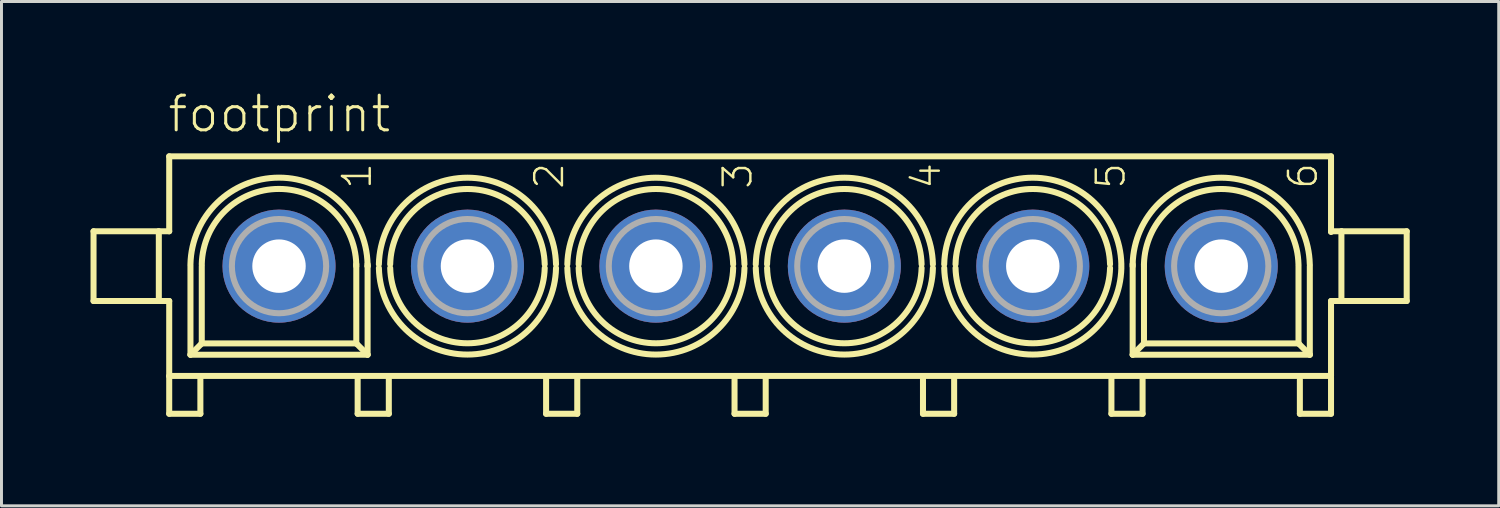
<source format=kicad_pcb>
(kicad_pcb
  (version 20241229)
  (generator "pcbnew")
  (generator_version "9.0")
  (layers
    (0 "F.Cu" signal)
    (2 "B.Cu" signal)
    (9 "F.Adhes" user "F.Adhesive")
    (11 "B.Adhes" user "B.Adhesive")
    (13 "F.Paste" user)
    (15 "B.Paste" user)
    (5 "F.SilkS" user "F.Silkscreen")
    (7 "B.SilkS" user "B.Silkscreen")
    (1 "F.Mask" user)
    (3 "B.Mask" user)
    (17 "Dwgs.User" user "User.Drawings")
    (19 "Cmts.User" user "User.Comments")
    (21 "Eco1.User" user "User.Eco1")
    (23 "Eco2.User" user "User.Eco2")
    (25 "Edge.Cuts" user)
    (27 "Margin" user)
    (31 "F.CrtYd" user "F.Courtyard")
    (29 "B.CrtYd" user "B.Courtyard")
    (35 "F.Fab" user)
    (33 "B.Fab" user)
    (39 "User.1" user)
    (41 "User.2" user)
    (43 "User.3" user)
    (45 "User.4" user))
  (footprint "footprint"
    (layer "F.Cu")
    (at 22.227 5.918)
    (property "Reference" "footprint" (at -19.685 -4.445 0) (layer "F.SilkS") (effects (font (size 1.168 1.168) (thickness 0.102)) (justify left bottom)))
    (fp_line (start -22.125 -1.175) (end -22.125 1.175) (stroke (width 0.203) (type solid)) (layer "F.SilkS"))
    (fp_line (start -22.125 1.175) (end -19.95 1.175) (stroke (width 0.203) (type solid)) (layer "F.SilkS"))
    (fp_line (start -19.95 -1.175) (end -22.125 -1.175) (stroke (width 0.203) (type solid)) (layer "F.SilkS"))
    (fp_line (start -19.925 -1.175) (end -19.575 -1.175) (stroke (width 0.203) (type solid)) (layer "F.SilkS"))
    (fp_line (start -19.925 1.175) (end -19.925 -1.175) (stroke (width 0.203) (type solid)) (layer "F.SilkS"))
    (fp_line (start -19.575 -3.7) (end 19.575 -3.7) (stroke (width 0.203) (type solid)) (layer "F.SilkS"))
    (fp_line (start -19.575 -1.175) (end -19.575 -3.7) (stroke (width 0.203) (type solid)) (layer "F.SilkS"))
    (fp_line (start -19.575 1.175) (end -19.925 1.175) (stroke (width 0.203) (type solid)) (layer "F.SilkS"))
    (fp_line (start -19.575 3.7) (end -19.575 1.175) (stroke (width 0.203) (type solid)) (layer "F.SilkS"))
    (fp_line (start -19.575 3.725) (end -19.575 4.975) (stroke (width 0.203) (type solid)) (layer "F.SilkS"))
    (fp_line (start -19.575 4.975) (end -18.525 4.975) (stroke (width 0.203) (type solid)) (layer "F.SilkS"))
    (fp_line (start -18.859 2.985) (end -18.859 0) (stroke (width 0.203) (type solid)) (layer "F.SilkS"))
    (fp_line (start -18.525 4.975) (end -18.525 3.8) (stroke (width 0.203) (type solid)) (layer "F.SilkS"))
    (fp_line (start -18.478 2.604) (end -18.859 2.985) (stroke (width 0.203) (type solid)) (layer "F.SilkS"))
    (fp_line (start -18.478 2.604) (end -18.478 0) (stroke (width 0.203) (type solid)) (layer "F.SilkS"))
    (fp_line (start -13.272 -0.064) (end -13.272 0) (stroke (width 0.203) (type solid)) (layer "F.SilkS"))
    (fp_line (start -13.271 0) (end -13.271 2.604) (stroke (width 0.203) (type solid)) (layer "F.SilkS"))
    (fp_line (start -13.271 2.604) (end -18.478 2.604) (stroke (width 0.203) (type solid)) (layer "F.SilkS"))
    (fp_line (start -13.271 2.604) (end -12.89 2.985) (stroke (width 0.203) (type solid)) (layer "F.SilkS"))
    (fp_line (start -13.225 4.975) (end -13.225 3.775) (stroke (width 0.203) (type solid)) (layer "F.SilkS"))
    (fp_line (start -12.891 -0.064) (end -12.891 0) (stroke (width 0.203) (type solid)) (layer "F.SilkS"))
    (fp_line (start -12.89 0) (end -12.891 0) (stroke (width 0.203) (type solid)) (layer "F.SilkS"))
    (fp_line (start -12.89 0) (end -12.89 2.985) (stroke (width 0.203) (type solid)) (layer "F.SilkS"))
    (fp_line (start -12.89 2.985) (end -18.859 2.985) (stroke (width 0.203) (type solid)) (layer "F.SilkS"))
    (fp_line (start -12.175 3.775) (end -12.175 4.975) (stroke (width 0.203) (type solid)) (layer "F.SilkS"))
    (fp_line (start -12.175 4.975) (end -13.225 4.975) (stroke (width 0.203) (type solid)) (layer "F.SilkS"))
    (fp_line (start -6.875 4.975) (end -6.875 3.775) (stroke (width 0.203) (type solid)) (layer "F.SilkS"))
    (fp_line (start -5.825 3.775) (end -5.825 4.975) (stroke (width 0.203) (type solid)) (layer "F.SilkS"))
    (fp_line (start -5.825 4.975) (end -6.875 4.975) (stroke (width 0.203) (type solid)) (layer "F.SilkS"))
    (fp_line (start -0.525 4.975) (end -0.525 3.775) (stroke (width 0.203) (type solid)) (layer "F.SilkS"))
    (fp_line (start 0.525 3.775) (end 0.525 4.975) (stroke (width 0.203) (type solid)) (layer "F.SilkS"))
    (fp_line (start 0.525 4.975) (end -0.525 4.975) (stroke (width 0.203) (type solid)) (layer "F.SilkS"))
    (fp_line (start 5.825 4.975) (end 5.825 3.775) (stroke (width 0.203) (type solid)) (layer "F.SilkS"))
    (fp_line (start 6.875 3.775) (end 6.875 4.975) (stroke (width 0.203) (type solid)) (layer "F.SilkS"))
    (fp_line (start 6.875 4.975) (end 5.825 4.975) (stroke (width 0.203) (type solid)) (layer "F.SilkS"))
    (fp_line (start 12.175 4.975) (end 12.175 3.775) (stroke (width 0.203) (type solid)) (layer "F.SilkS"))
    (fp_line (start 12.51 0) (end 12.509 0) (stroke (width 0.203) (type solid)) (layer "F.SilkS"))
    (fp_line (start 12.89 0) (end 12.89 -0.064) (stroke (width 0.203) (type solid)) (layer "F.SilkS"))
    (fp_line (start 12.891 2.985) (end 12.891 0) (stroke (width 0.203) (type solid)) (layer "F.SilkS"))
    (fp_line (start 13.225 3.775) (end 13.225 4.975) (stroke (width 0.203) (type solid)) (layer "F.SilkS"))
    (fp_line (start 13.225 4.975) (end 12.175 4.975) (stroke (width 0.203) (type solid)) (layer "F.SilkS"))
    (fp_line (start 13.271 0) (end 13.271 -0.064) (stroke (width 0.203) (type solid)) (layer "F.SilkS"))
    (fp_line (start 13.272 2.604) (end 12.891 2.985) (stroke (width 0.203) (type solid)) (layer "F.SilkS"))
    (fp_line (start 13.272 2.604) (end 13.272 0) (stroke (width 0.203) (type solid)) (layer "F.SilkS"))
    (fp_line (start 18.479 0) (end 18.479 2.604) (stroke (width 0.203) (type solid)) (layer "F.SilkS"))
    (fp_line (start 18.479 2.604) (end 13.272 2.604) (stroke (width 0.203) (type solid)) (layer "F.SilkS"))
    (fp_line (start 18.479 2.604) (end 18.86 2.985) (stroke (width 0.203) (type solid)) (layer "F.SilkS"))
    (fp_line (start 18.525 4.975) (end 18.525 3.825) (stroke (width 0.203) (type solid)) (layer "F.SilkS"))
    (fp_line (start 18.86 0) (end 18.86 2.985) (stroke (width 0.203) (type solid)) (layer "F.SilkS"))
    (fp_line (start 18.86 2.985) (end 12.891 2.985) (stroke (width 0.203) (type solid)) (layer "F.SilkS"))
    (fp_line (start 19.575 -3.7) (end 19.575 -1.175) (stroke (width 0.203) (type solid)) (layer "F.SilkS"))
    (fp_line (start 19.575 -1.175) (end 19.575 -1.15) (stroke (width 0.203) (type solid)) (layer "F.SilkS"))
    (fp_line (start 19.575 -1.175) (end 19.925 -1.175) (stroke (width 0.203) (type solid)) (layer "F.SilkS"))
    (fp_line (start 19.575 1.175) (end 19.575 3.7) (stroke (width 0.203) (type solid)) (layer "F.SilkS"))
    (fp_line (start 19.575 3.7) (end -19.575 3.7) (stroke (width 0.203) (type solid)) (layer "F.SilkS"))
    (fp_line (start 19.575 3.75) (end 19.575 4.975) (stroke (width 0.203) (type solid)) (layer "F.SilkS"))
    (fp_line (start 19.575 4.975) (end 18.525 4.975) (stroke (width 0.203) (type solid)) (layer "F.SilkS"))
    (fp_line (start 19.925 -1.175) (end 19.925 1.175) (stroke (width 0.203) (type solid)) (layer "F.SilkS"))
    (fp_line (start 19.925 1.175) (end 19.575 1.175) (stroke (width 0.203) (type solid)) (layer "F.SilkS"))
    (fp_line (start 19.95 -1.175) (end 22.125 -1.175) (stroke (width 0.203) (type solid)) (layer "F.SilkS"))
    (fp_line (start 22.125 -1.175) (end 22.125 1.175) (stroke (width 0.203) (type solid)) (layer "F.SilkS"))
    (fp_line (start 22.125 1.175) (end 19.95 1.175) (stroke (width 0.203) (type solid)) (layer "F.SilkS"))
    (fp_arc (start -18.8596 -0.0636) (mid -15.87515 -2.979945) (end -12.8907 -0.0636) (stroke (width 0.2032) (type solid)) (layer "F.SilkS"))
    (fp_arc (start -18.4786 -0.0636) (mid -15.87515 -2.601886) (end -13.2717 -0.0636) (stroke (width 0.2032) (type solid)) (layer "F.SilkS"))
    (fp_arc (start -12.5097 -0.0636) (mid -9.5252 -2.980093) (end -6.5407 -0.0636) (stroke (width 0.2032) (type solid)) (layer "F.SilkS"))
    (fp_arc (start -12.1287 -0.0636) (mid -9.525201 -2.600086) (end -6.9217 -0.063602) (stroke (width 0.2032) (type solid)) (layer "F.SilkS"))
    (fp_arc (start -6.9213 0.0636) (mid -9.524799 2.600086) (end -12.1283 0.063602) (stroke (width 0.2032) (type solid)) (layer "F.SilkS"))
    (fp_arc (start -6.5403 0.0636) (mid -9.5248 2.980093) (end -12.5093 0.0636) (stroke (width 0.2032) (type solid)) (layer "F.SilkS"))
    (fp_arc (start -6.1597 -0.0636) (mid -3.1752 -2.980093) (end -0.1907 -0.0636) (stroke (width 0.2032) (type solid)) (layer "F.SilkS"))
    (fp_arc (start -5.7787 -0.0636) (mid -3.175201 -2.600086) (end -0.5717 -0.063602) (stroke (width 0.2032) (type solid)) (layer "F.SilkS"))
    (fp_arc (start -0.5713 0.0636) (mid -3.174799 2.600086) (end -5.7783 0.063602) (stroke (width 0.2032) (type solid)) (layer "F.SilkS"))
    (fp_arc (start -0.1903 0.0636) (mid -3.1748 2.980093) (end -6.1593 0.0636) (stroke (width 0.2032) (type solid)) (layer "F.SilkS"))
    (fp_arc (start 0.1903 -0.0636) (mid 3.1748 -2.980093) (end 6.1593 -0.0636) (stroke (width 0.2032) (type solid)) (layer "F.SilkS"))
    (fp_arc (start 0.5713 -0.0636) (mid 3.174799 -2.600086) (end 5.7783 -0.063602) (stroke (width 0.2032) (type solid)) (layer "F.SilkS"))
    (fp_arc (start 5.7787 0.0636) (mid 3.175201 2.600086) (end 0.5717 0.063602) (stroke (width 0.2032) (type solid)) (layer "F.SilkS"))
    (fp_arc (start 6.1597 0.0636) (mid 3.1752 2.980093) (end 0.1907 0.0636) (stroke (width 0.2032) (type solid)) (layer "F.SilkS"))
    (fp_arc (start 6.5403 -0.0636) (mid 9.5248 -2.980093) (end 12.5093 -0.0636) (stroke (width 0.2032) (type solid)) (layer "F.SilkS"))
    (fp_arc (start 6.9213 -0.0636) (mid 9.524799 -2.600086) (end 12.1283 -0.063602) (stroke (width 0.2032) (type solid)) (layer "F.SilkS"))
    (fp_arc (start 12.1287 0.0636) (mid 9.525201 2.600086) (end 6.9217 0.063602) (stroke (width 0.2032) (type solid)) (layer "F.SilkS"))
    (fp_arc (start 12.5097 0.0636) (mid 9.5252 2.980093) (end 6.5407 0.0636) (stroke (width 0.2032) (type solid)) (layer "F.SilkS"))
    (fp_arc (start 12.8903 -0.0636) (mid 15.8748 -2.980093) (end 18.8593 -0.0636) (stroke (width 0.2032) (type solid)) (layer "F.SilkS"))
    (fp_arc (start 13.2713 -0.0636) (mid 15.874799 -2.600086) (end 18.4783 -0.063602) (stroke (width 0.2032) (type solid)) (layer "F.SilkS"))
    (fp_circle (center -15.875 0) (end -14.287 0) (stroke (width 0.203) (type solid)) (fill no) (layer "F.Fab"))
    (fp_circle (center -9.525 0) (end -7.937 0) (stroke (width 0.203) (type solid)) (fill no) (layer "F.Fab"))
    (fp_circle (center -3.175 0) (end -1.587 0) (stroke (width 0.203) (type solid)) (fill no) (layer "F.Fab"))
    (fp_circle (center 3.175 0) (end 4.763 0) (stroke (width 0.203) (type solid)) (fill no) (layer "F.Fab"))
    (fp_circle (center 9.525 0) (end 11.113 0) (stroke (width 0.203) (type solid)) (fill no) (layer "F.Fab"))
    (fp_circle (center 15.875 0) (end 17.463 0) (stroke (width 0.203) (type solid)) (fill no) (layer "F.Fab"))
    (fp_text user "1" (at -12.7 -2.54 90) (layer "F.SilkS") (effects (font (size 0.935 0.935) (thickness 0.081)) (justify left bottom)))
    (fp_text user "2" (at -6.223 -2.54 90) (layer "F.SilkS") (effects (font (size 0.935 0.935) (thickness 0.081)) (justify left bottom)))
    (fp_text user "5" (at 12.7 -2.54 90) (layer "F.SilkS") (effects (font (size 0.935 0.935) (thickness 0.081)) (justify left bottom)))
    (fp_text user "6" (at 19.177 -2.54 90) (layer "F.SilkS") (effects (font (size 0.935 0.935) (thickness 0.081)) (justify left bottom)))
    (fp_text user "4" (at 6.477 -2.54 90) (layer "F.SilkS") (effects (font (size 0.935 0.935) (thickness 0.081)) (justify left bottom)))
    (fp_text user "3" (at 0.127 -2.54 90) (layer "F.SilkS") (effects (font (size 0.935 0.935) (thickness 0.081)) (justify left bottom)))
    (pad "1" thru_hole circle (at -15.875 0) (size 3.81 3.81) (drill 1.8) (layers "*.Cu" "*.Mask"))
    (pad "2" thru_hole circle (at -9.525 0) (size 3.81 3.81) (drill 1.8) (layers "*.Cu" "*.Mask"))
    (pad "3" thru_hole circle (at -3.175 0) (size 3.81 3.81) (drill 1.8) (layers "*.Cu" "*.Mask"))
    (pad "4" thru_hole circle (at 3.175 0) (size 3.81 3.81) (drill 1.8) (layers "*.Cu" "*.Mask"))
    (pad "5" thru_hole circle (at 9.525 0) (size 3.81 3.81) (drill 1.8) (layers "*.Cu" "*.Mask"))
    (pad "6" thru_hole circle (at 15.875 0) (size 3.81 3.81) (drill 1.8) (layers "*.Cu" "*.Mask")))
  (gr_rect
    (start -3 -3)
    (end 47.453 13.995)
    (stroke (width 0.1) (type default))
    (fill no)
    (layer "Edge.Cuts")))
</source>
